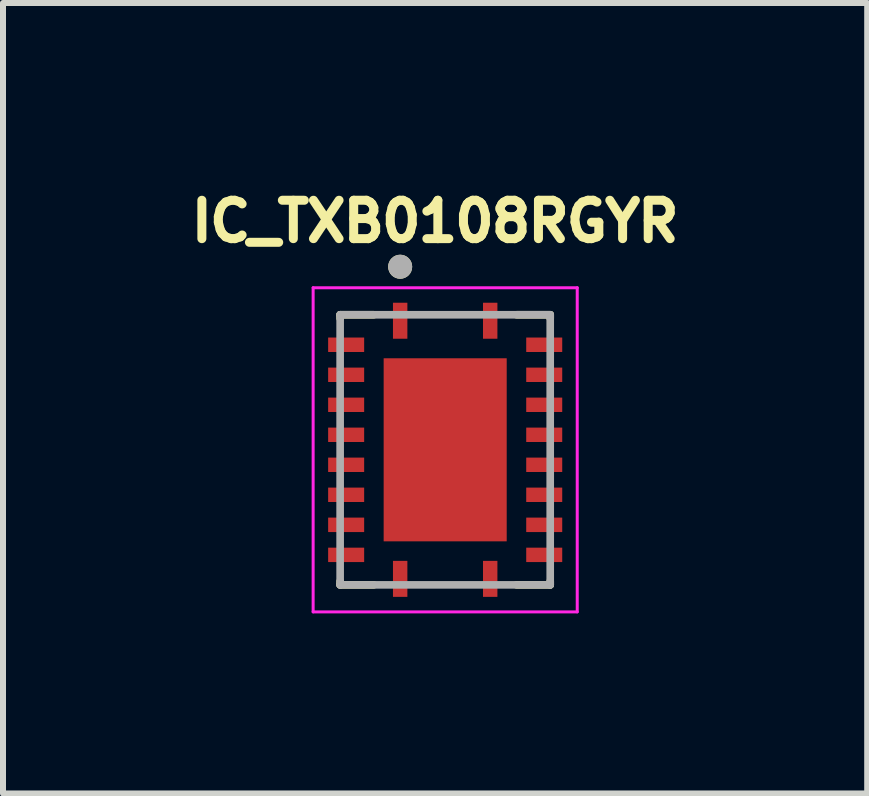
<source format=kicad_pcb>
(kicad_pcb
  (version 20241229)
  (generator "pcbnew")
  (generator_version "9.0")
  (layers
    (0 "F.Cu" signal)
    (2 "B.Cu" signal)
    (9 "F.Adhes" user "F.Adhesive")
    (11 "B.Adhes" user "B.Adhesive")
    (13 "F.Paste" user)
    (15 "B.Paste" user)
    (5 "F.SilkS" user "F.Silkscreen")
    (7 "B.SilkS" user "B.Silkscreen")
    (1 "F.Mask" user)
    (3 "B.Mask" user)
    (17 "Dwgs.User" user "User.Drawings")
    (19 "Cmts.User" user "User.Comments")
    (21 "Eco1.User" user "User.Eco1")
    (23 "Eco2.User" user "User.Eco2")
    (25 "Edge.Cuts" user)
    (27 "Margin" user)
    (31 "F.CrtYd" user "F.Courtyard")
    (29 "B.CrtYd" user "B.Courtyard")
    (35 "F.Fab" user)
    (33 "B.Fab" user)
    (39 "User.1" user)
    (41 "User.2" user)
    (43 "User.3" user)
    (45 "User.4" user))
  (footprint "IC_TXB0108RGYR"
    (layer "F.Cu")
    (at 4.367 4.444)
    (property "Reference" "IC_TXB0108RGYR" (at -0.168 -3.806 0) (layer "F.SilkS") (effects (font (size 0.64 0.64) (thickness 0.15))))
    (attr smd)
    (fp_line (start -1.75 -2.19) (end -1.75 -2.25) (stroke (width 0.127) (type solid)) (layer "F.SilkS"))
    (fp_line (start -1.75 2.25) (end -1.75 2.19) (stroke (width 0.127) (type solid)) (layer "F.SilkS"))
    (fp_line (start -1.19 -2.25) (end -1.75 -2.25) (stroke (width 0.127) (type solid)) (layer "F.SilkS"))
    (fp_line (start -1.19 2.25) (end -1.75 2.25) (stroke (width 0.127) (type solid)) (layer "F.SilkS"))
    (fp_line (start 1.75 -2.25) (end 1.19 -2.25) (stroke (width 0.127) (type solid)) (layer "F.SilkS"))
    (fp_line (start 1.75 -2.19) (end 1.75 -2.25) (stroke (width 0.127) (type solid)) (layer "F.SilkS"))
    (fp_line (start 1.75 2.25) (end 1.19 2.25) (stroke (width 0.127) (type solid)) (layer "F.SilkS"))
    (fp_line (start 1.75 2.25) (end 1.75 2.19) (stroke (width 0.127) (type solid)) (layer "F.SilkS"))
    (fp_circle (center -0.75 -3.05) (end -0.65 -3.05) (stroke (width 0.2) (type solid)) (fill no) (layer "F.SilkS"))
    (fp_poly (pts (xy -1.02 -1.435) (xy -0.1 -1.435) (xy -0.1 -0.105) (xy -1.02 -0.105)) (stroke (width 0.01) (type solid)) (fill yes) (layer "F.Paste"))
    (fp_poly (pts (xy -1.02 0.105) (xy -0.1 0.105) (xy -0.1 1.435) (xy -1.02 1.435)) (stroke (width 0.01) (type solid)) (fill yes) (layer "F.Paste"))
    (fp_poly (pts (xy 0.1 -1.435) (xy 1.02 -1.435) (xy 1.02 -0.105) (xy 0.1 -0.105)) (stroke (width 0.01) (type solid)) (fill yes) (layer "F.Paste"))
    (fp_poly (pts (xy 0.1 0.105) (xy 1.02 0.105) (xy 1.02 1.435) (xy 0.1 1.435)) (stroke (width 0.01) (type solid)) (fill yes) (layer "F.Paste"))
    (fp_line (start -2.2 -2.7) (end -2.2 2.7) (stroke (width 0.05) (type solid)) (layer "F.CrtYd"))
    (fp_line (start -2.2 2.7) (end 2.2 2.7) (stroke (width 0.05) (type solid)) (layer "F.CrtYd"))
    (fp_line (start 2.2 -2.7) (end -2.2 -2.7) (stroke (width 0.05) (type solid)) (layer "F.CrtYd"))
    (fp_line (start 2.2 2.7) (end 2.2 -2.7) (stroke (width 0.05) (type solid)) (layer "F.CrtYd"))
    (fp_line (start -1.75 2.25) (end -1.75 -2.25) (stroke (width 0.127) (type solid)) (layer "F.Fab"))
    (fp_line (start 1.75 -2.25) (end -1.75 -2.25) (stroke (width 0.127) (type solid)) (layer "F.Fab"))
    (fp_line (start 1.75 2.25) (end -1.75 2.25) (stroke (width 0.127) (type solid)) (layer "F.Fab"))
    (fp_line (start 1.75 2.25) (end 1.75 -2.25) (stroke (width 0.127) (type solid)) (layer "F.Fab"))
    (fp_circle (center -0.75 -3.05) (end -0.65 -3.05) (stroke (width 0.2) (type solid)) (fill no) (layer "F.Fab"))
    (pad "1" smd roundrect (at -0.75 -2.15) (size 0.24 0.6) (layers "F.Cu" "F.Mask" "F.Paste") (roundrect_rratio 0.01))
    (pad "2" smd roundrect (at -1.65 -1.75) (size 0.6 0.24) (layers "F.Cu" "F.Mask" "F.Paste") (roundrect_rratio 0.01))
    (pad "3" smd roundrect (at -1.65 -1.25) (size 0.6 0.24) (layers "F.Cu" "F.Mask" "F.Paste") (roundrect_rratio 0.01))
    (pad "4" smd roundrect (at -1.65 -0.75) (size 0.6 0.24) (layers "F.Cu" "F.Mask" "F.Paste") (roundrect_rratio 0.01))
    (pad "5" smd roundrect (at -1.65 -0.25) (size 0.6 0.24) (layers "F.Cu" "F.Mask" "F.Paste") (roundrect_rratio 0.01))
    (pad "6" smd roundrect (at -1.65 0.25) (size 0.6 0.24) (layers "F.Cu" "F.Mask" "F.Paste") (roundrect_rratio 0.01))
    (pad "7" smd roundrect (at -1.65 0.75) (size 0.6 0.24) (layers "F.Cu" "F.Mask" "F.Paste") (roundrect_rratio 0.01))
    (pad "8" smd roundrect (at -1.65 1.25) (size 0.6 0.24) (layers "F.Cu" "F.Mask" "F.Paste") (roundrect_rratio 0.01))
    (pad "9" smd roundrect (at -1.65 1.75) (size 0.6 0.24) (layers "F.Cu" "F.Mask" "F.Paste") (roundrect_rratio 0.01))
    (pad "10" smd roundrect (at -0.75 2.15) (size 0.24 0.6) (layers "F.Cu" "F.Mask" "F.Paste") (roundrect_rratio 0.01))
    (pad "11" smd roundrect (at 0.75 2.15) (size 0.24 0.6) (layers "F.Cu" "F.Mask" "F.Paste") (roundrect_rratio 0.01))
    (pad "12" smd roundrect (at 1.65 1.75) (size 0.6 0.24) (layers "F.Cu" "F.Mask" "F.Paste") (roundrect_rratio 0.01))
    (pad "13" smd roundrect (at 1.65 1.25) (size 0.6 0.24) (layers "F.Cu" "F.Mask" "F.Paste") (roundrect_rratio 0.01))
    (pad "14" smd roundrect (at 1.65 0.75) (size 0.6 0.24) (layers "F.Cu" "F.Mask" "F.Paste") (roundrect_rratio 0.01))
    (pad "15" smd roundrect (at 1.65 0.25) (size 0.6 0.24) (layers "F.Cu" "F.Mask" "F.Paste") (roundrect_rratio 0.01))
    (pad "16" smd roundrect (at 1.65 -0.25) (size 0.6 0.24) (layers "F.Cu" "F.Mask" "F.Paste") (roundrect_rratio 0.01))
    (pad "17" smd roundrect (at 1.65 -0.75) (size 0.6 0.24) (layers "F.Cu" "F.Mask" "F.Paste") (roundrect_rratio 0.01))
    (pad "18" smd roundrect (at 1.65 -1.25) (size 0.6 0.24) (layers "F.Cu" "F.Mask" "F.Paste") (roundrect_rratio 0.01))
    (pad "19" smd roundrect (at 1.65 -1.75) (size 0.6 0.24) (layers "F.Cu" "F.Mask" "F.Paste") (roundrect_rratio 0.01))
    (pad "20" smd roundrect (at 0.75 -2.15) (size 0.24 0.6) (layers "F.Cu" "F.Mask" "F.Paste") (roundrect_rratio 0.01))
    (pad "21" smd rect (at 0 0) (size 2.05 3.05) (layers "F.Cu" "F.Mask")))
  (gr_rect
    (start -3 -3)
    (end 11.398 10.169)
    (stroke (width 0.1) (type default))
    (fill no)
    (layer "Edge.Cuts")))
</source>
